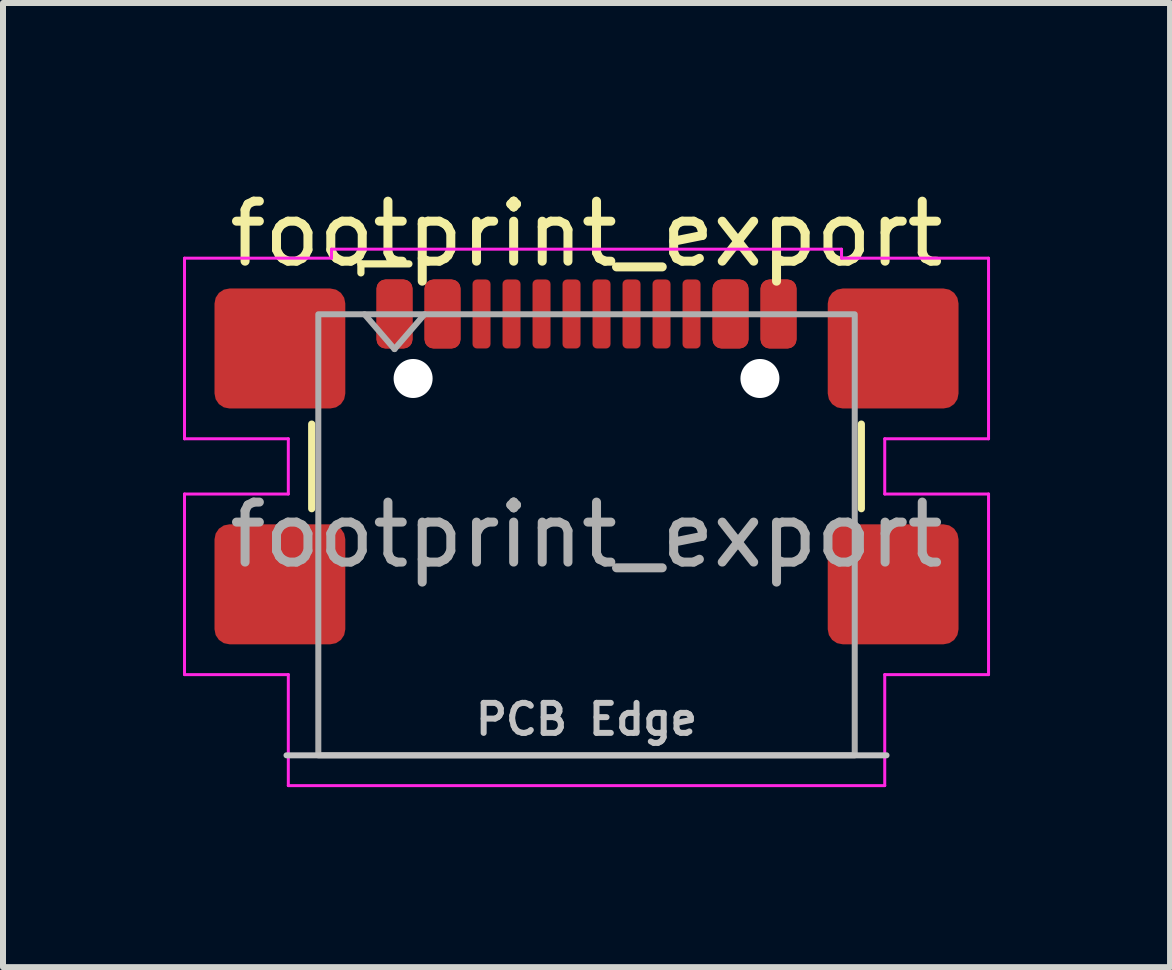
<source format=kicad_pcb>
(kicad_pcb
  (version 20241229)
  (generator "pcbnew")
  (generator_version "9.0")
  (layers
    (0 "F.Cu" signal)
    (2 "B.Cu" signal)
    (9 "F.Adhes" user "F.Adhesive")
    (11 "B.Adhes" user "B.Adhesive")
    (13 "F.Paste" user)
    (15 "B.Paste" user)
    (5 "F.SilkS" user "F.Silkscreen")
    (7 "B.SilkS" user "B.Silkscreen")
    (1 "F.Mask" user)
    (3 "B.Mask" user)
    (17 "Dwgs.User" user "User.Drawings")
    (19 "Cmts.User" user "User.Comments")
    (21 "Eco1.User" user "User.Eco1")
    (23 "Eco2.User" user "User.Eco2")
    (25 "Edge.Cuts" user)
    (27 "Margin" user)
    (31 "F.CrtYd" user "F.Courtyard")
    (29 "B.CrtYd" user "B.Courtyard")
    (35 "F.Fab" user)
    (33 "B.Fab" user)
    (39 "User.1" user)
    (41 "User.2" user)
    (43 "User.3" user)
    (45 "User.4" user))
  (footprint "footprint_export"
    (layer "F.Cu")
    (at 6.725 5.863)
    (property "Reference" "footprint_export" (at 0 -5.015 0) (unlocked yes) (layer "F.SilkS") (effects (font (size 1 1) (thickness 0.15))))
    (attr smd)
    (fp_line (start -4.58 -0.435) (end -4.58 -1.845) (stroke (width 0.12) (type default)) (layer "F.SilkS"))
    (fp_line (start -3.76 -4.515) (end -3.76 -4.365) (stroke (width 0.12) (type default)) (layer "F.SilkS"))
    (fp_line (start -2.96 -4.515) (end -3.76 -4.515) (stroke (width 0.12) (type default)) (layer "F.SilkS"))
    (fp_line (start 4.58 -0.435) (end 4.58 -1.845) (stroke (width 0.12) (type default)) (layer "F.SilkS"))
    (fp_line (start -5 3.675) (end 5 3.675) (stroke (width 0.1) (type default)) (layer "Dwgs.User"))
    (fp_line (start -6.7 -4.61) (end -4.25 -4.61) (stroke (width 0.05) (type default)) (layer "F.CrtYd"))
    (fp_line (start -6.7 -1.6) (end -6.7 -4.61) (stroke (width 0.05) (type default)) (layer "F.CrtYd"))
    (fp_line (start -6.7 -0.68) (end -4.97 -0.68) (stroke (width 0.05) (type default)) (layer "F.CrtYd"))
    (fp_line (start -6.7 2.33) (end -6.7 -0.68) (stroke (width 0.05) (type default)) (layer "F.CrtYd"))
    (fp_line (start -4.97 -1.6) (end -6.7 -1.6) (stroke (width 0.05) (type default)) (layer "F.CrtYd"))
    (fp_line (start -4.97 -0.68) (end -4.97 -1.6) (stroke (width 0.05) (type default)) (layer "F.CrtYd"))
    (fp_line (start -4.97 2.33) (end -6.7 2.33) (stroke (width 0.05) (type default)) (layer "F.CrtYd"))
    (fp_line (start -4.97 4.18) (end -4.97 2.33) (stroke (width 0.05) (type default)) (layer "F.CrtYd"))
    (fp_line (start -4.25 -4.76) (end 4.25 -4.76) (stroke (width 0.05) (type default)) (layer "F.CrtYd"))
    (fp_line (start -4.25 -4.61) (end -4.25 -4.76) (stroke (width 0.05) (type default)) (layer "F.CrtYd"))
    (fp_line (start 4.25 -4.76) (end 4.25 -4.61) (stroke (width 0.05) (type default)) (layer "F.CrtYd"))
    (fp_line (start 4.25 -4.61) (end 6.7 -4.61) (stroke (width 0.05) (type default)) (layer "F.CrtYd"))
    (fp_line (start 4.97 -1.6) (end 4.97 -0.68) (stroke (width 0.05) (type default)) (layer "F.CrtYd"))
    (fp_line (start 4.97 -0.68) (end 6.7 -0.68) (stroke (width 0.05) (type default)) (layer "F.CrtYd"))
    (fp_line (start 4.97 2.33) (end 4.97 4.18) (stroke (width 0.05) (type default)) (layer "F.CrtYd"))
    (fp_line (start 4.97 4.18) (end -4.97 4.18) (stroke (width 0.05) (type default)) (layer "F.CrtYd"))
    (fp_line (start 6.7 -4.61) (end 6.7 -1.6) (stroke (width 0.05) (type default)) (layer "F.CrtYd"))
    (fp_line (start 6.7 -1.6) (end 4.97 -1.6) (stroke (width 0.05) (type default)) (layer "F.CrtYd"))
    (fp_line (start 6.7 -0.68) (end 6.7 2.33) (stroke (width 0.05) (type default)) (layer "F.CrtYd"))
    (fp_line (start 6.7 2.33) (end 4.97 2.33) (stroke (width 0.05) (type default)) (layer "F.CrtYd"))
    (fp_line (start -3.7 -3.675) (end -3.2 -3.095) (stroke (width 0.1) (type default)) (layer "F.Fab"))
    (fp_line (start -3.2 -3.095) (end -2.7 -3.675) (stroke (width 0.1) (type default)) (layer "F.Fab"))
    (fp_rect (start -4.47 -3.675) (end 4.47 3.675) (stroke (width 0.1) (type default)) (fill no) (layer "F.Fab"))
    (fp_text user "PCB Edge" (at 0 3.075 0) (unlocked yes) (layer "Dwgs.User") (effects (font (size 0.5 0.5) (thickness 0.1) (bold yes))))
    (fp_text user "${REFERENCE}" (at 0 0 0) (unlocked yes) (layer "F.Fab") (effects (font (size 1 1) (thickness 0.15))))
    (pad "" np_thru_hole circle (at -2.89 -2.605) (size 0.65 0.65) (drill 0.65) (layers "*.Cu" "*.Mask"))
    (pad "" np_thru_hole circle (at 2.89 -2.605) (size 0.65 0.65) (drill 0.65) (layers "*.Cu" "*.Mask"))
    (pad "A1" smd roundrect (at -3.2 -3.68) (size 0.6 1.15) (layers "F.Cu" "F.Mask" "F.Paste") (roundrect_rratio 0.25))
    (pad "A4" smd roundrect (at -2.4 -3.68) (size 0.6 1.15) (layers "F.Cu" "F.Mask" "F.Paste") (roundrect_rratio 0.25))
    (pad "A5" smd roundrect (at -1.25 -3.68) (size 0.3 1.15) (layers "F.Cu" "F.Mask" "F.Paste") (roundrect_rratio 0.25))
    (pad "A6" smd roundrect (at -0.25 -3.68) (size 0.3 1.15) (layers "F.Cu" "F.Mask" "F.Paste") (roundrect_rratio 0.25))
    (pad "A7" smd roundrect (at 0.25 -3.68) (size 0.3 1.15) (layers "F.Cu" "F.Mask" "F.Paste") (roundrect_rratio 0.25))
    (pad "A8" smd roundrect (at 1.25 -3.68) (size 0.3 1.15) (layers "F.Cu" "F.Mask" "F.Paste") (roundrect_rratio 0.25))
    (pad "A9" smd roundrect (at 2.4 -3.68) (size 0.6 1.15) (layers "F.Cu" "F.Mask" "F.Paste") (roundrect_rratio 0.25))
    (pad "A12" smd roundrect (at 3.2 -3.68) (size 0.6 1.15) (layers "F.Cu" "F.Mask" "F.Paste") (roundrect_rratio 0.25))
    (pad "B1" smd roundrect (at 3.2 -3.68) (size 0.6 1.15) (layers "F.Cu" "F.Mask" "F.Paste") (roundrect_rratio 0.25))
    (pad "B4" smd roundrect (at 2.4 -3.68) (size 0.6 1.15) (layers "F.Cu" "F.Mask" "F.Paste") (roundrect_rratio 0.25))
    (pad "B5" smd roundrect (at 1.75 -3.68) (size 0.3 1.15) (layers "F.Cu" "F.Mask" "F.Paste") (roundrect_rratio 0.25))
    (pad "B6" smd roundrect (at 0.75 -3.68) (size 0.3 1.15) (layers "F.Cu" "F.Mask" "F.Paste") (roundrect_rratio 0.25))
    (pad "B7" smd roundrect (at -0.75 -3.68) (size 0.3 1.15) (layers "F.Cu" "F.Mask" "F.Paste") (roundrect_rratio 0.25))
    (pad "B8" smd roundrect (at -1.75 -3.68) (size 0.3 1.15) (layers "F.Cu" "F.Mask" "F.Paste") (roundrect_rratio 0.25))
    (pad "B9" smd roundrect (at -2.4 -3.68) (size 0.6 1.15) (layers "F.Cu" "F.Mask" "F.Paste") (roundrect_rratio 0.25))
    (pad "B12" smd roundrect (at -3.2 -3.68) (size 0.6 1.15) (layers "F.Cu" "F.Mask" "F.Paste") (roundrect_rratio 0.25))
    (pad "S1" smd roundrect (at -5.11 -3.105) (size 2.18 2) (layers "F.Cu" "F.Mask" "F.Paste") (roundrect_rratio 0.125))
    (pad "S1" smd roundrect (at -5.11 0.825) (size 2.18 2) (layers "F.Cu" "F.Mask" "F.Paste") (roundrect_rratio 0.125))
    (pad "S1" smd roundrect (at 5.11 -3.105) (size 2.18 2) (layers "F.Cu" "F.Mask" "F.Paste") (roundrect_rratio 0.125))
    (pad "S1" smd roundrect (at 5.11 0.825) (size 2.18 2) (layers "F.Cu" "F.Mask" "F.Paste") (roundrect_rratio 0.125)))
  (gr_rect
    (start -3 -3)
    (end 16.45 13.068)
    (stroke (width 0.1) (type default))
    (fill no)
    (layer "Edge.Cuts")))
</source>
